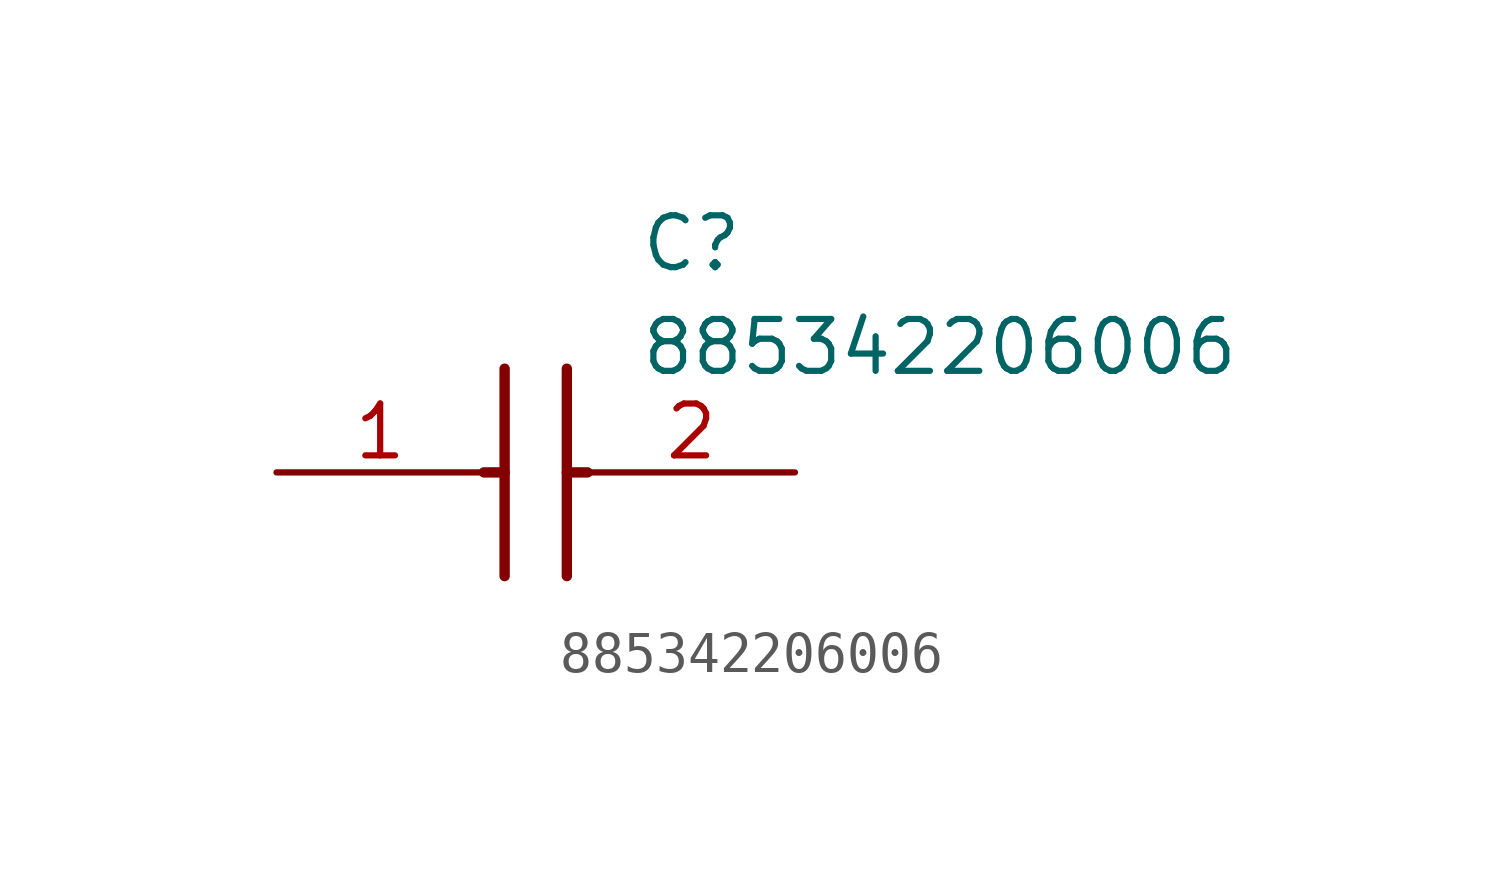
<source format=kicad_sym>
(kicad_symbol_lib
  (version 20211014)
  (generator SamacSys_ECAD_Model)
  (symbol "885342206006"
    (pin_names hide)
    (property "Reference" "C"
      (at 8.89 6.35 0)
      (effects (font (size 1.27 1.27)) (justify left top)))
    (property "Value" "885342206006"
      (at 8.89 3.81 0)
      (effects (font (size 1.27 1.27)) (justify left top)))
    (polyline
      (pts (xy 5.588 2.54) (xy 5.588 -2.54))
      (stroke (width 0.254) (type default))
      (fill (type none)))
    (polyline
      (pts (xy 7.112 2.54) (xy 7.112 -2.54))
      (stroke (width 0.254) (type default))
      (fill (type none)))
    (polyline
      (pts (xy 5.08 0) (xy 5.588 0))
      (stroke (width 0.254) (type default))
      (fill (type none)))
    (polyline
      (pts (xy 7.112 0) (xy 7.62 0))
      (stroke (width 0.254) (type default))
      (fill (type none)))
    (pin passive line
      (at 0 0 0)
      (length 5.08)
      (name "1" (effects (font (size 1.27 1.27))))
      (number "1" (effects (font (size 1.27 1.27)))))
    (pin passive line
      (at 12.7 0 180)
      (length 5.08)
      (name "2" (effects (font (size 1.27 1.27))))
      (number "2" (effects (font (size 1.27 1.27)))))))
</source>
